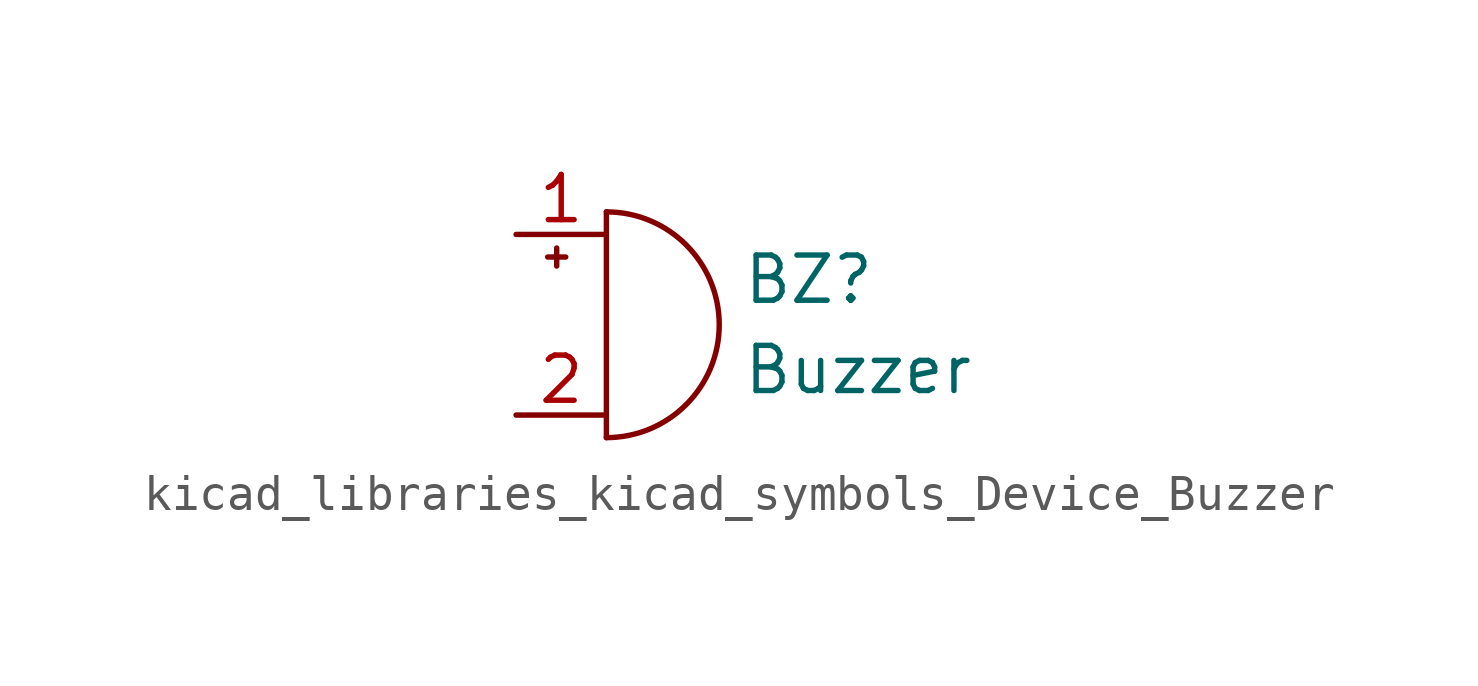
<source format=kicad_sym>
(kicad_symbol_lib
  (version 20220914)
  (generator kicad_symbol_editor)
  (symbol "kicad_libraries_kicad_symbols_Device_Buzzer"
    (pin_names
      (offset 0.025) hide)
    (property "Reference" "BZ"
      (at 3.81 1.27 0)
      (effects (font (size 1.27 1.27)) (justify left)))
    (property "Value" "Buzzer"
      (at 3.81 -1.27 0)
      (effects (font (size 1.27 1.27)) (justify left)))
    (symbol "kicad_libraries_kicad_symbols_Device_Buzzer_0_1"
      (arc (start 0 -3.175) (mid 3.1612 0) (end 0 3.175) (stroke (width 0) (type default)) (fill (type none)))
      (polyline (pts (xy -1.651 1.905) (xy -1.143 1.905)) (stroke (width 0) (type default)) (fill (type none)))
      (polyline (pts (xy -1.397 2.159) (xy -1.397 1.651)) (stroke (width 0) (type default)) (fill (type none)))
      (polyline (pts (xy 0 3.175) (xy 0 -3.175)) (stroke (width 0) (type default)) (fill (type none))))
    (symbol "kicad_libraries_kicad_symbols_Device_Buzzer_1_1"
      (pin passive line (at -2.54 2.54 0) (length 2.54) (name "-" (effects (font (size 1.27 1.27)))) (number "1" (effects (font (size 1.27 1.27)))))
      (pin passive line (at -2.54 -2.54 0) (length 2.54) (name "+" (effects (font (size 1.27 1.27)))) (number "2" (effects (font (size 1.27 1.27))))))))
</source>
